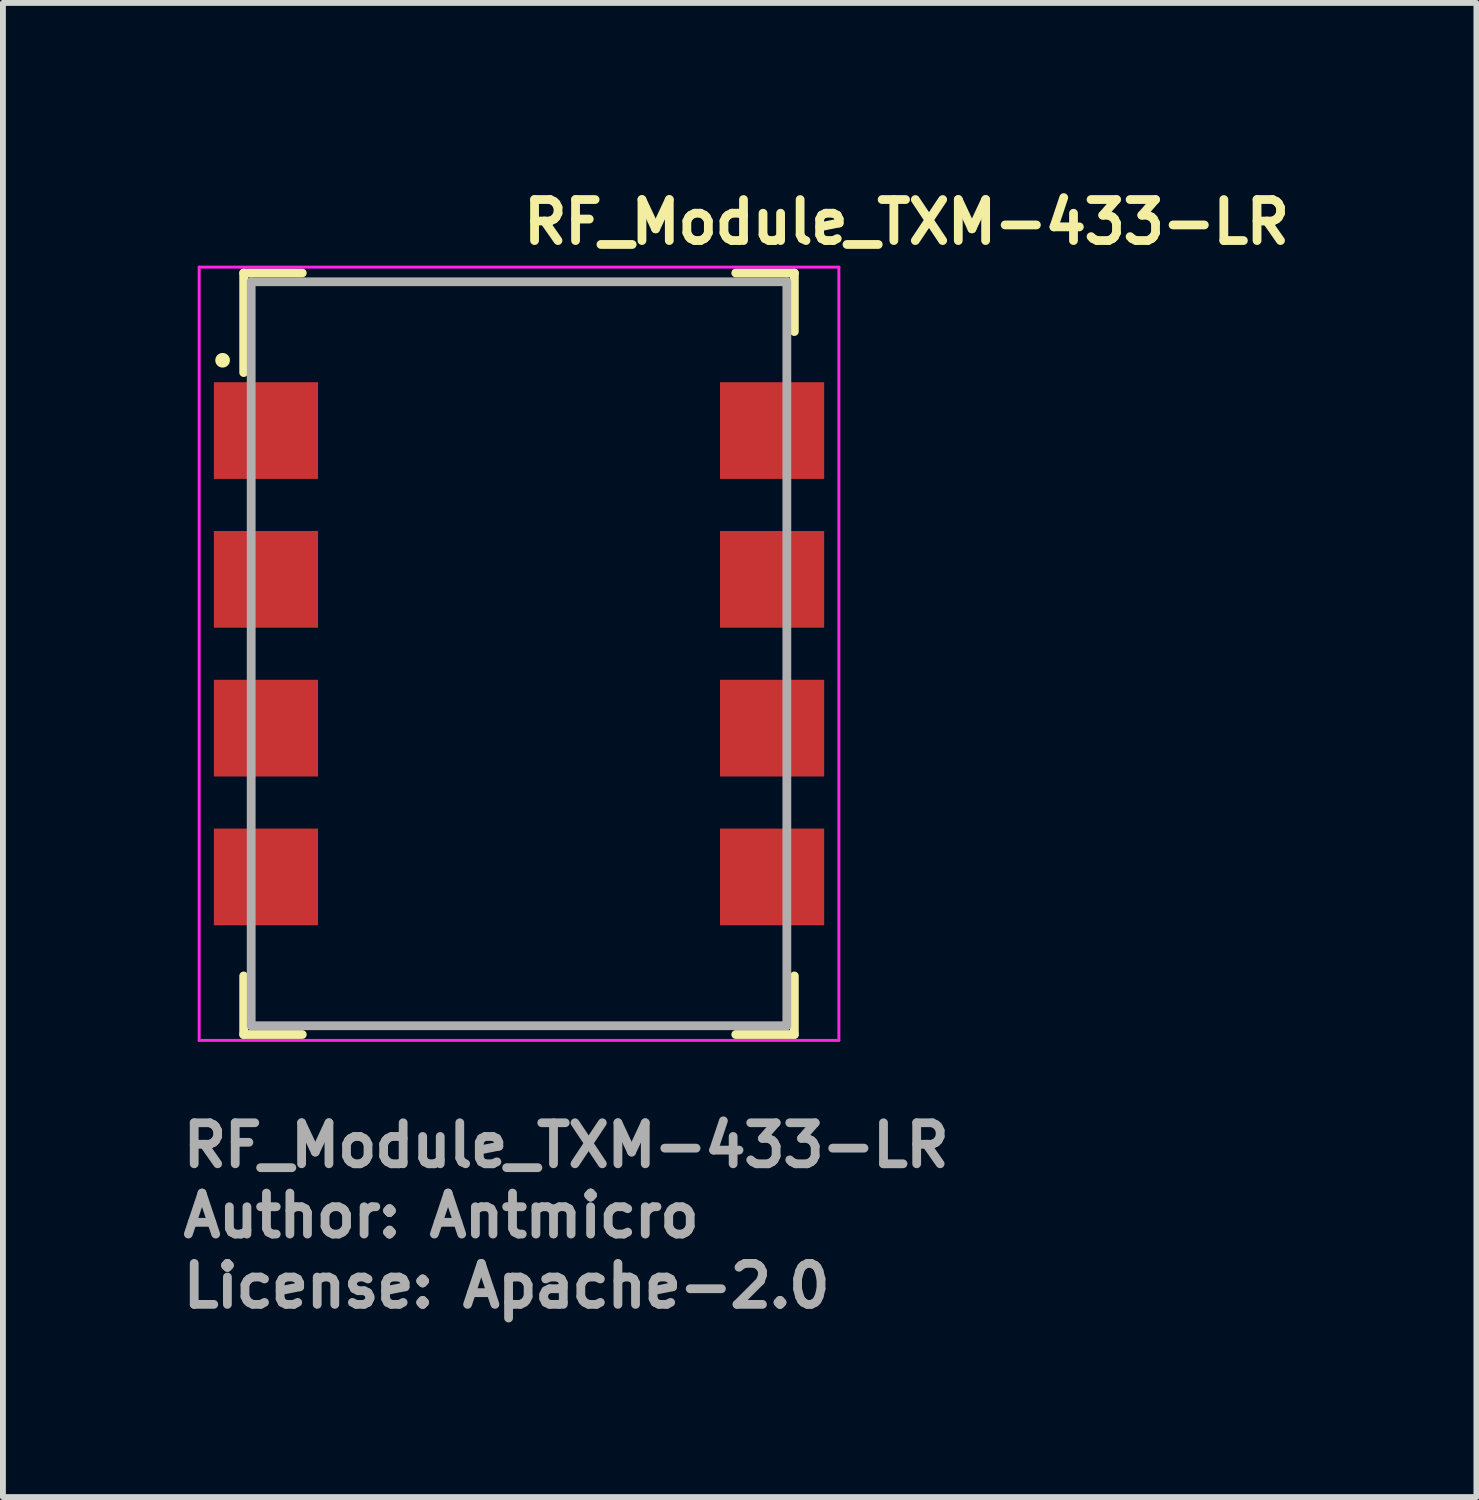
<source format=kicad_pcb>
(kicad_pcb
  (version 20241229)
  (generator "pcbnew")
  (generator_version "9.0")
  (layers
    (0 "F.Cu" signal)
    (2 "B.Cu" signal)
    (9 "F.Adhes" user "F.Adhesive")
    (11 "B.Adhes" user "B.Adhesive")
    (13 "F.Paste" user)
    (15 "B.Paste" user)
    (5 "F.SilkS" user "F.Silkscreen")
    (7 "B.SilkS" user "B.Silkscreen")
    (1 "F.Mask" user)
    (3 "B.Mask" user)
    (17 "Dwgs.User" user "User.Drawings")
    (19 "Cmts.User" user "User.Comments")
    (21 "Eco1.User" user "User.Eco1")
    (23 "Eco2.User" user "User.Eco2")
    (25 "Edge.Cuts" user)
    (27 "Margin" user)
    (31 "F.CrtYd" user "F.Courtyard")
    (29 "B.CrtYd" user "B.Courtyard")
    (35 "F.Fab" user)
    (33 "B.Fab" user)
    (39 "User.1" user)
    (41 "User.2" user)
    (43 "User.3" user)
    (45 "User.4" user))
  (footprint "RF_Module_TXM-433-LR"
    (layer "F.Cu")
    (at 5.81 8.11)
    (property "Reference" "RF_Module_TXM-433-LR" (at 0 -6.96 0) (layer "F.SilkS") (effects (font (size 0.7 0.7) (thickness 0.15)) (justify left bottom)))
    (attr smd)
    (fp_line (start -4.7 -6.5) (end -4.7 -4.8) (stroke (width 0.15) (type solid)) (layer "F.SilkS"))
    (fp_line (start -4.7 -6.5) (end -3.7 -6.5) (stroke (width 0.15) (type solid)) (layer "F.SilkS"))
    (fp_line (start -4.7 6.5) (end -4.7 5.5) (stroke (width 0.15) (type solid)) (layer "F.SilkS"))
    (fp_line (start -4.7 6.5) (end -3.7 6.5) (stroke (width 0.15) (type solid)) (layer "F.SilkS"))
    (fp_line (start 4.7 -6.5) (end 3.7 -6.5) (stroke (width 0.15) (type solid)) (layer "F.SilkS"))
    (fp_line (start 4.7 -6.5) (end 4.7 -5.5) (stroke (width 0.15) (type solid)) (layer "F.SilkS"))
    (fp_line (start 4.7 6.5) (end 3.7 6.5) (stroke (width 0.15) (type solid)) (layer "F.SilkS"))
    (fp_line (start 4.7 6.5) (end 4.7 5.5) (stroke (width 0.15) (type solid)) (layer "F.SilkS"))
    (fp_circle (center -5.06 -5.01) (end -5.01 -5.01) (stroke (width 0.15) (type solid)) (fill yes) (layer "F.SilkS"))
    (fp_line (start -5.46 -6.6) (end 5.46 -6.6) (stroke (width 0.05) (type solid)) (layer "F.CrtYd"))
    (fp_line (start -5.46 6.6) (end -5.46 -6.6) (stroke (width 0.05) (type solid)) (layer "F.CrtYd"))
    (fp_line (start -5.46 6.6) (end 5.46 6.6) (stroke (width 0.05) (type solid)) (layer "F.CrtYd"))
    (fp_line (start 5.46 6.6) (end 5.46 -6.6) (stroke (width 0.05) (type solid)) (layer "F.CrtYd"))
    (fp_line (start -4.572 -6.35) (end -4.572 6.35) (stroke (width 0.15) (type solid)) (layer "F.Fab"))
    (fp_line (start -4.57 6.35) (end 4.57 6.35) (stroke (width 0.15) (type solid)) (layer "F.Fab"))
    (fp_line (start 4.57 -6.35) (end -4.57 -6.35) (stroke (width 0.15) (type solid)) (layer "F.Fab"))
    (fp_line (start 4.572 -6.35) (end 4.572 6.35) (stroke (width 0.15) (type solid)) (layer "F.Fab"))
    (fp_line (start -4.58 -4.41) (end -4.58 -4.214) (stroke (width 0.1) (type solid)) (layer "User.9"))
    (fp_line (start -4.58 -3.406) (end -4.58 -3.21) (stroke (width 0.1) (type solid)) (layer "User.9"))
    (fp_line (start -4.58 -3.406) (end -4.525 -3.41) (stroke (width 0.1) (type solid)) (layer "User.9"))
    (fp_line (start -4.58 -3.21) (end -4 -3.21) (stroke (width 0.1) (type solid)) (layer "User.9"))
    (fp_line (start -4.58 -1.87) (end -4.58 -1.674) (stroke (width 0.1) (type solid)) (layer "User.9"))
    (fp_line (start -4.58 -0.866) (end -4.58 -0.67) (stroke (width 0.1) (type solid)) (layer "User.9"))
    (fp_line (start -4.58 -0.866) (end -4.525 -0.87) (stroke (width 0.1) (type solid)) (layer "User.9"))
    (fp_line (start -4.58 -0.67) (end -4 -0.67) (stroke (width 0.1) (type solid)) (layer "User.9"))
    (fp_line (start -4.58 0.67) (end -4.58 0.866) (stroke (width 0.1) (type solid)) (layer "User.9"))
    (fp_line (start -4.58 1.674) (end -4.58 1.87) (stroke (width 0.1) (type solid)) (layer "User.9"))
    (fp_line (start -4.58 1.674) (end -4.525 1.67) (stroke (width 0.1) (type solid)) (layer "User.9"))
    (fp_line (start -4.58 1.87) (end -4 1.87) (stroke (width 0.1) (type solid)) (layer "User.9"))
    (fp_line (start -4.58 3.21) (end -4.58 3.406) (stroke (width 0.1) (type solid)) (layer "User.9"))
    (fp_line (start -4.58 4.214) (end -4.58 4.41) (stroke (width 0.1) (type solid)) (layer "User.9"))
    (fp_line (start -4.58 4.214) (end -4.525 4.21) (stroke (width 0.1) (type solid)) (layer "User.9"))
    (fp_line (start -4.58 4.41) (end -4 4.41) (stroke (width 0.1) (type solid)) (layer "User.9"))
    (fp_line (start -4.57 -6.35) (end -4.57 -4.41) (stroke (width 0.1) (type solid)) (layer "User.9"))
    (fp_line (start -4.57 -3.21) (end -4.57 -1.87) (stroke (width 0.1) (type solid)) (layer "User.9"))
    (fp_line (start -4.57 -0.67) (end -4.57 0.67) (stroke (width 0.1) (type solid)) (layer "User.9"))
    (fp_line (start -4.57 1.87) (end -4.57 3.21) (stroke (width 0.1) (type solid)) (layer "User.9"))
    (fp_line (start -4.57 4.41) (end -4.57 6.35) (stroke (width 0.1) (type solid)) (layer "User.9"))
    (fp_line (start -4.57 6.35) (end 4.57 6.35) (stroke (width 0.1) (type solid)) (layer "User.9"))
    (fp_line (start -4.525 -4.21) (end -4.58 -4.214) (stroke (width 0.1) (type solid)) (layer "User.9"))
    (fp_line (start -4.525 -3.41) (end -4.471 -3.421) (stroke (width 0.1) (type solid)) (layer "User.9"))
    (fp_line (start -4.525 -1.67) (end -4.58 -1.674) (stroke (width 0.1) (type solid)) (layer "User.9"))
    (fp_line (start -4.525 -0.87) (end -4.471 -0.881) (stroke (width 0.1) (type solid)) (layer "User.9"))
    (fp_line (start -4.525 0.87) (end -4.58 0.866) (stroke (width 0.1) (type solid)) (layer "User.9"))
    (fp_line (start -4.525 1.67) (end -4.471 1.659) (stroke (width 0.1) (type solid)) (layer "User.9"))
    (fp_line (start -4.525 3.41) (end -4.58 3.406) (stroke (width 0.1) (type solid)) (layer "User.9"))
    (fp_line (start -4.525 4.21) (end -4.471 4.199) (stroke (width 0.1) (type solid)) (layer "User.9"))
    (fp_line (start -4.471 -4.199) (end -4.525 -4.21) (stroke (width 0.1) (type solid)) (layer "User.9"))
    (fp_line (start -4.471 -3.421) (end -4.419 -3.439) (stroke (width 0.1) (type solid)) (layer "User.9"))
    (fp_line (start -4.471 -1.659) (end -4.525 -1.67) (stroke (width 0.1) (type solid)) (layer "User.9"))
    (fp_line (start -4.471 -0.881) (end -4.419 -0.899) (stroke (width 0.1) (type solid)) (layer "User.9"))
    (fp_line (start -4.471 0.881) (end -4.525 0.87) (stroke (width 0.1) (type solid)) (layer "User.9"))
    (fp_line (start -4.471 1.659) (end -4.419 1.641) (stroke (width 0.1) (type solid)) (layer "User.9"))
    (fp_line (start -4.471 3.421) (end -4.525 3.41) (stroke (width 0.1) (type solid)) (layer "User.9"))
    (fp_line (start -4.471 4.199) (end -4.419 4.181) (stroke (width 0.1) (type solid)) (layer "User.9"))
    (fp_line (start -4.419 -4.181) (end -4.471 -4.199) (stroke (width 0.1) (type solid)) (layer "User.9"))
    (fp_line (start -4.419 -3.439) (end -4.37 -3.465) (stroke (width 0.1) (type solid)) (layer "User.9"))
    (fp_line (start -4.419 -1.641) (end -4.471 -1.659) (stroke (width 0.1) (type solid)) (layer "User.9"))
    (fp_line (start -4.419 -0.899) (end -4.37 -0.925) (stroke (width 0.1) (type solid)) (layer "User.9"))
    (fp_line (start -4.419 0.899) (end -4.471 0.881) (stroke (width 0.1) (type solid)) (layer "User.9"))
    (fp_line (start -4.419 1.641) (end -4.37 1.615) (stroke (width 0.1) (type solid)) (layer "User.9"))
    (fp_line (start -4.419 3.439) (end -4.471 3.421) (stroke (width 0.1) (type solid)) (layer "User.9"))
    (fp_line (start -4.419 4.181) (end -4.37 4.155) (stroke (width 0.1) (type solid)) (layer "User.9"))
    (fp_line (start -4.37 -4.155) (end -4.419 -4.181) (stroke (width 0.1) (type solid)) (layer "User.9"))
    (fp_line (start -4.37 -3.465) (end -4.325 -3.497) (stroke (width 0.1) (type solid)) (layer "User.9"))
    (fp_line (start -4.37 -1.615) (end -4.419 -1.641) (stroke (width 0.1) (type solid)) (layer "User.9"))
    (fp_line (start -4.37 -0.925) (end -4.325 -0.957) (stroke (width 0.1) (type solid)) (layer "User.9"))
    (fp_line (start -4.37 0.925) (end -4.419 0.899) (stroke (width 0.1) (type solid)) (layer "User.9"))
    (fp_line (start -4.37 1.615) (end -4.325 1.583) (stroke (width 0.1) (type solid)) (layer "User.9"))
    (fp_line (start -4.37 3.465) (end -4.419 3.439) (stroke (width 0.1) (type solid)) (layer "User.9"))
    (fp_line (start -4.37 4.155) (end -4.325 4.123) (stroke (width 0.1) (type solid)) (layer "User.9"))
    (fp_line (start -4.325 -4.123) (end -4.37 -4.155) (stroke (width 0.1) (type solid)) (layer "User.9"))
    (fp_line (start -4.325 -3.497) (end -4.285 -3.534) (stroke (width 0.1) (type solid)) (layer "User.9"))
    (fp_line (start -4.325 -1.583) (end -4.37 -1.615) (stroke (width 0.1) (type solid)) (layer "User.9"))
    (fp_line (start -4.325 -0.957) (end -4.285 -0.994) (stroke (width 0.1) (type solid)) (layer "User.9"))
    (fp_line (start -4.325 0.957) (end -4.37 0.925) (stroke (width 0.1) (type solid)) (layer "User.9"))
    (fp_line (start -4.325 1.583) (end -4.285 1.546) (stroke (width 0.1) (type solid)) (layer "User.9"))
    (fp_line (start -4.325 3.497) (end -4.37 3.465) (stroke (width 0.1) (type solid)) (layer "User.9"))
    (fp_line (start -4.325 4.123) (end -4.285 4.086) (stroke (width 0.1) (type solid)) (layer "User.9"))
    (fp_line (start -4.285 -4.086) (end -4.325 -4.123) (stroke (width 0.1) (type solid)) (layer "User.9"))
    (fp_line (start -4.285 -3.534) (end -4.25 -3.577) (stroke (width 0.1) (type solid)) (layer "User.9"))
    (fp_line (start -4.285 -1.546) (end -4.325 -1.583) (stroke (width 0.1) (type solid)) (layer "User.9"))
    (fp_line (start -4.285 -0.994) (end -4.25 -1.037) (stroke (width 0.1) (type solid)) (layer "User.9"))
    (fp_line (start -4.285 0.994) (end -4.325 0.957) (stroke (width 0.1) (type solid)) (layer "User.9"))
    (fp_line (start -4.285 1.546) (end -4.25 1.503) (stroke (width 0.1) (type solid)) (layer "User.9"))
    (fp_line (start -4.285 3.534) (end -4.325 3.497) (stroke (width 0.1) (type solid)) (layer "User.9"))
    (fp_line (start -4.285 4.086) (end -4.25 4.043) (stroke (width 0.1) (type solid)) (layer "User.9"))
    (fp_line (start -4.25 -4.043) (end -4.285 -4.086) (stroke (width 0.1) (type solid)) (layer "User.9"))
    (fp_line (start -4.25 -3.577) (end -4.221 -3.624) (stroke (width 0.1) (type solid)) (layer "User.9"))
    (fp_line (start -4.25 -1.503) (end -4.285 -1.546) (stroke (width 0.1) (type solid)) (layer "User.9"))
    (fp_line (start -4.25 -1.037) (end -4.221 -1.084) (stroke (width 0.1) (type solid)) (layer "User.9"))
    (fp_line (start -4.25 1.037) (end -4.285 0.994) (stroke (width 0.1) (type solid)) (layer "User.9"))
    (fp_line (start -4.25 1.503) (end -4.221 1.456) (stroke (width 0.1) (type solid)) (layer "User.9"))
    (fp_line (start -4.25 3.577) (end -4.285 3.534) (stroke (width 0.1) (type solid)) (layer "User.9"))
    (fp_line (start -4.25 4.043) (end -4.221 3.996) (stroke (width 0.1) (type solid)) (layer "User.9"))
    (fp_line (start -4.221 -3.996) (end -4.25 -4.043) (stroke (width 0.1) (type solid)) (layer "User.9"))
    (fp_line (start -4.221 -3.624) (end -4.199 -3.675) (stroke (width 0.1) (type solid)) (layer "User.9"))
    (fp_line (start -4.221 -1.456) (end -4.25 -1.503) (stroke (width 0.1) (type solid)) (layer "User.9"))
    (fp_line (start -4.221 -1.084) (end -4.199 -1.135) (stroke (width 0.1) (type solid)) (layer "User.9"))
    (fp_line (start -4.221 1.084) (end -4.25 1.037) (stroke (width 0.1) (type solid)) (layer "User.9"))
    (fp_line (start -4.221 1.456) (end -4.199 1.405) (stroke (width 0.1) (type solid)) (layer "User.9"))
    (fp_line (start -4.221 3.624) (end -4.25 3.577) (stroke (width 0.1) (type solid)) (layer "User.9"))
    (fp_line (start -4.221 3.996) (end -4.199 3.945) (stroke (width 0.1) (type solid)) (layer "User.9"))
    (fp_line (start -4.199 -3.945) (end -4.221 -3.996) (stroke (width 0.1) (type solid)) (layer "User.9"))
    (fp_line (start -4.199 -3.675) (end -4.184 -3.728) (stroke (width 0.1) (type solid)) (layer "User.9"))
    (fp_line (start -4.199 -1.405) (end -4.221 -1.456) (stroke (width 0.1) (type solid)) (layer "User.9"))
    (fp_line (start -4.199 -1.135) (end -4.184 -1.188) (stroke (width 0.1) (type solid)) (layer "User.9"))
    (fp_line (start -4.199 1.135) (end -4.221 1.084) (stroke (width 0.1) (type solid)) (layer "User.9"))
    (fp_line (start -4.199 1.405) (end -4.184 1.352) (stroke (width 0.1) (type solid)) (layer "User.9"))
    (fp_line (start -4.199 3.675) (end -4.221 3.624) (stroke (width 0.1) (type solid)) (layer "User.9"))
    (fp_line (start -4.199 3.945) (end -4.184 3.892) (stroke (width 0.1) (type solid)) (layer "User.9"))
    (fp_line (start -4.184 -3.892) (end -4.199 -3.945) (stroke (width 0.1) (type solid)) (layer "User.9"))
    (fp_line (start -4.184 -3.728) (end -4.177 -3.782) (stroke (width 0.1) (type solid)) (layer "User.9"))
    (fp_line (start -4.184 -1.352) (end -4.199 -1.405) (stroke (width 0.1) (type solid)) (layer "User.9"))
    (fp_line (start -4.184 -1.188) (end -4.177 -1.242) (stroke (width 0.1) (type solid)) (layer "User.9"))
    (fp_line (start -4.184 1.188) (end -4.199 1.135) (stroke (width 0.1) (type solid)) (layer "User.9"))
    (fp_line (start -4.184 1.352) (end -4.177 1.298) (stroke (width 0.1) (type solid)) (layer "User.9"))
    (fp_line (start -4.184 3.728) (end -4.199 3.675) (stroke (width 0.1) (type solid)) (layer "User.9"))
    (fp_line (start -4.184 3.892) (end -4.177 3.838) (stroke (width 0.1) (type solid)) (layer "User.9"))
    (fp_line (start -4.177 -3.838) (end -4.184 -3.892) (stroke (width 0.1) (type solid)) (layer "User.9"))
    (fp_line (start -4.177 -3.782) (end -4.177 -3.838) (stroke (width 0.1) (type solid)) (layer "User.9"))
    (fp_line (start -4.177 -1.298) (end -4.184 -1.352) (stroke (width 0.1) (type solid)) (layer "User.9"))
    (fp_line (start -4.177 -1.242) (end -4.177 -1.298) (stroke (width 0.1) (type solid)) (layer "User.9"))
    (fp_line (start -4.177 1.242) (end -4.184 1.188) (stroke (width 0.1) (type solid)) (layer "User.9"))
    (fp_line (start -4.177 1.298) (end -4.177 1.242) (stroke (width 0.1) (type solid)) (layer "User.9"))
    (fp_line (start -4.177 3.782) (end -4.184 3.728) (stroke (width 0.1) (type solid)) (layer "User.9"))
    (fp_line (start -4.177 3.838) (end -4.177 3.782) (stroke (width 0.1) (type solid)) (layer "User.9"))
    (fp_line (start -4 -6.15) (end 4 -6.15) (stroke (width 0.1) (type solid)) (layer "User.9"))
    (fp_line (start -4 -4.41) (end -4.58 -4.41) (stroke (width 0.1) (type solid)) (layer "User.9"))
    (fp_line (start -4 -1.87) (end -4.58 -1.87) (stroke (width 0.1) (type solid)) (layer "User.9"))
    (fp_line (start -4 0.67) (end -4.58 0.67) (stroke (width 0.1) (type solid)) (layer "User.9"))
    (fp_line (start -4 3.21) (end -4.58 3.21) (stroke (width 0.1) (type solid)) (layer "User.9"))
    (fp_line (start -4 6.15) (end -4 -6.15) (stroke (width 0.1) (type solid)) (layer "User.9"))
    (fp_line (start -4 6.15) (end 4 6.15) (stroke (width 0.1) (type solid)) (layer "User.9"))
    (fp_line (start 4 -6.15) (end 4 6.15) (stroke (width 0.1) (type solid)) (layer "User.9"))
    (fp_line (start 4 -4.41) (end 4.58 -4.41) (stroke (width 0.1) (type solid)) (layer "User.9"))
    (fp_line (start 4 -1.87) (end 4.58 -1.87) (stroke (width 0.1) (type solid)) (layer "User.9"))
    (fp_line (start 4 0.67) (end 4.58 0.67) (stroke (width 0.1) (type solid)) (layer "User.9"))
    (fp_line (start 4 3.21) (end 4.58 3.21) (stroke (width 0.1) (type solid)) (layer "User.9"))
    (fp_line (start 4 6.15) (end -4 6.15) (stroke (width 0.1) (type solid)) (layer "User.9"))
    (fp_line (start 4.176 -3.81) (end 4.179 -3.863) (stroke (width 0.1) (type solid)) (layer "User.9"))
    (fp_line (start 4.176 -1.27) (end 4.179 -1.323) (stroke (width 0.1) (type solid)) (layer "User.9"))
    (fp_line (start 4.176 1.27) (end 4.179 1.217) (stroke (width 0.1) (type solid)) (layer "User.9"))
    (fp_line (start 4.176 3.81) (end 4.179 3.757) (stroke (width 0.1) (type solid)) (layer "User.9"))
    (fp_line (start 4.179 -3.863) (end 4.19 -3.915) (stroke (width 0.1) (type solid)) (layer "User.9"))
    (fp_line (start 4.179 -3.757) (end 4.176 -3.81) (stroke (width 0.1) (type solid)) (layer "User.9"))
    (fp_line (start 4.179 -1.323) (end 4.19 -1.375) (stroke (width 0.1) (type solid)) (layer "User.9"))
    (fp_line (start 4.179 -1.217) (end 4.176 -1.27) (stroke (width 0.1) (type solid)) (layer "User.9"))
    (fp_line (start 4.179 1.217) (end 4.19 1.165) (stroke (width 0.1) (type solid)) (layer "User.9"))
    (fp_line (start 4.179 1.323) (end 4.176 1.27) (stroke (width 0.1) (type solid)) (layer "User.9"))
    (fp_line (start 4.179 3.757) (end 4.19 3.705) (stroke (width 0.1) (type solid)) (layer "User.9"))
    (fp_line (start 4.179 3.863) (end 4.176 3.81) (stroke (width 0.1) (type solid)) (layer "User.9"))
    (fp_line (start 4.19 -3.915) (end 4.207 -3.965) (stroke (width 0.1) (type solid)) (layer "User.9"))
    (fp_line (start 4.19 -3.705) (end 4.179 -3.757) (stroke (width 0.1) (type solid)) (layer "User.9"))
    (fp_line (start 4.19 -1.375) (end 4.207 -1.425) (stroke (width 0.1) (type solid)) (layer "User.9"))
    (fp_line (start 4.19 -1.165) (end 4.179 -1.217) (stroke (width 0.1) (type solid)) (layer "User.9"))
    (fp_line (start 4.19 1.165) (end 4.207 1.115) (stroke (width 0.1) (type solid)) (layer "User.9"))
    (fp_line (start 4.19 1.375) (end 4.179 1.323) (stroke (width 0.1) (type solid)) (layer "User.9"))
    (fp_line (start 4.19 3.705) (end 4.207 3.655) (stroke (width 0.1) (type solid)) (layer "User.9"))
    (fp_line (start 4.19 3.915) (end 4.179 3.863) (stroke (width 0.1) (type solid)) (layer "User.9"))
    (fp_line (start 4.207 -3.965) (end 4.23 -4.012) (stroke (width 0.1) (type solid)) (layer "User.9"))
    (fp_line (start 4.207 -3.655) (end 4.19 -3.705) (stroke (width 0.1) (type solid)) (layer "User.9"))
    (fp_line (start 4.207 -1.425) (end 4.23 -1.472) (stroke (width 0.1) (type solid)) (layer "User.9"))
    (fp_line (start 4.207 -1.115) (end 4.19 -1.165) (stroke (width 0.1) (type solid)) (layer "User.9"))
    (fp_line (start 4.207 1.115) (end 4.23 1.068) (stroke (width 0.1) (type solid)) (layer "User.9"))
    (fp_line (start 4.207 1.425) (end 4.19 1.375) (stroke (width 0.1) (type solid)) (layer "User.9"))
    (fp_line (start 4.207 3.655) (end 4.23 3.608) (stroke (width 0.1) (type solid)) (layer "User.9"))
    (fp_line (start 4.207 3.965) (end 4.19 3.915) (stroke (width 0.1) (type solid)) (layer "User.9"))
    (fp_line (start 4.23 -4.012) (end 4.259 -4.056) (stroke (width 0.1) (type solid)) (layer "User.9"))
    (fp_line (start 4.23 -3.608) (end 4.207 -3.655) (stroke (width 0.1) (type solid)) (layer "User.9"))
    (fp_line (start 4.23 -1.472) (end 4.259 -1.516) (stroke (width 0.1) (type solid)) (layer "User.9"))
    (fp_line (start 4.23 -1.068) (end 4.207 -1.115) (stroke (width 0.1) (type solid)) (layer "User.9"))
    (fp_line (start 4.23 1.068) (end 4.259 1.024) (stroke (width 0.1) (type solid)) (layer "User.9"))
    (fp_line (start 4.23 1.472) (end 4.207 1.425) (stroke (width 0.1) (type solid)) (layer "User.9"))
    (fp_line (start 4.23 3.608) (end 4.259 3.564) (stroke (width 0.1) (type solid)) (layer "User.9"))
    (fp_line (start 4.23 4.012) (end 4.207 3.965) (stroke (width 0.1) (type solid)) (layer "User.9"))
    (fp_line (start 4.259 -4.056) (end 4.294 -4.096) (stroke (width 0.1) (type solid)) (layer "User.9"))
    (fp_line (start 4.259 -3.564) (end 4.23 -3.608) (stroke (width 0.1) (type solid)) (layer "User.9"))
    (fp_line (start 4.259 -1.516) (end 4.294 -1.556) (stroke (width 0.1) (type solid)) (layer "User.9"))
    (fp_line (start 4.259 -1.024) (end 4.23 -1.068) (stroke (width 0.1) (type solid)) (layer "User.9"))
    (fp_line (start 4.259 1.024) (end 4.294 0.984) (stroke (width 0.1) (type solid)) (layer "User.9"))
    (fp_line (start 4.259 1.516) (end 4.23 1.472) (stroke (width 0.1) (type solid)) (layer "User.9"))
    (fp_line (start 4.259 3.564) (end 4.294 3.524) (stroke (width 0.1) (type solid)) (layer "User.9"))
    (fp_line (start 4.259 4.056) (end 4.23 4.012) (stroke (width 0.1) (type solid)) (layer "User.9"))
    (fp_line (start 4.294 -4.096) (end 4.334 -4.131) (stroke (width 0.1) (type solid)) (layer "User.9"))
    (fp_line (start 4.294 -3.524) (end 4.259 -3.564) (stroke (width 0.1) (type solid)) (layer "User.9"))
    (fp_line (start 4.294 -1.556) (end 4.334 -1.591) (stroke (width 0.1) (type solid)) (layer "User.9"))
    (fp_line (start 4.294 -0.984) (end 4.259 -1.024) (stroke (width 0.1) (type solid)) (layer "User.9"))
    (fp_line (start 4.294 0.984) (end 4.334 0.949) (stroke (width 0.1) (type solid)) (layer "User.9"))
    (fp_line (start 4.294 1.556) (end 4.259 1.516) (stroke (width 0.1) (type solid)) (layer "User.9"))
    (fp_line (start 4.294 3.524) (end 4.334 3.489) (stroke (width 0.1) (type solid)) (layer "User.9"))
    (fp_line (start 4.294 4.096) (end 4.259 4.056) (stroke (width 0.1) (type solid)) (layer "User.9"))
    (fp_line (start 4.334 -4.131) (end 4.378 -4.16) (stroke (width 0.1) (type solid)) (layer "User.9"))
    (fp_line (start 4.334 -3.489) (end 4.294 -3.524) (stroke (width 0.1) (type solid)) (layer "User.9"))
    (fp_line (start 4.334 -1.591) (end 4.378 -1.62) (stroke (width 0.1) (type solid)) (layer "User.9"))
    (fp_line (start 4.334 -0.949) (end 4.294 -0.984) (stroke (width 0.1) (type solid)) (layer "User.9"))
    (fp_line (start 4.334 0.949) (end 4.378 0.92) (stroke (width 0.1) (type solid)) (layer "User.9"))
    (fp_line (start 4.334 1.591) (end 4.294 1.556) (stroke (width 0.1) (type solid)) (layer "User.9"))
    (fp_line (start 4.334 3.489) (end 4.378 3.46) (stroke (width 0.1) (type solid)) (layer "User.9"))
    (fp_line (start 4.334 4.131) (end 4.294 4.096) (stroke (width 0.1) (type solid)) (layer "User.9"))
    (fp_line (start 4.378 -4.16) (end 4.425 -4.183) (stroke (width 0.1) (type solid)) (layer "User.9"))
    (fp_line (start 4.378 -3.46) (end 4.334 -3.489) (stroke (width 0.1) (type solid)) (layer "User.9"))
    (fp_line (start 4.378 -1.62) (end 4.425 -1.643) (stroke (width 0.1) (type solid)) (layer "User.9"))
    (fp_line (start 4.378 -0.92) (end 4.334 -0.949) (stroke (width 0.1) (type solid)) (layer "User.9"))
    (fp_line (start 4.378 0.92) (end 4.425 0.897) (stroke (width 0.1) (type solid)) (layer "User.9"))
    (fp_line (start 4.378 1.62) (end 4.334 1.591) (stroke (width 0.1) (type solid)) (layer "User.9"))
    (fp_line (start 4.378 3.46) (end 4.425 3.437) (stroke (width 0.1) (type solid)) (layer "User.9"))
    (fp_line (start 4.378 4.16) (end 4.334 4.131) (stroke (width 0.1) (type solid)) (layer "User.9"))
    (fp_line (start 4.425 -4.183) (end 4.475 -4.2) (stroke (width 0.1) (type solid)) (layer "User.9"))
    (fp_line (start 4.425 -3.437) (end 4.378 -3.46) (stroke (width 0.1) (type solid)) (layer "User.9"))
    (fp_line (start 4.425 -1.643) (end 4.475 -1.66) (stroke (width 0.1) (type solid)) (layer "User.9"))
    (fp_line (start 4.425 -0.897) (end 4.378 -0.92) (stroke (width 0.1) (type solid)) (layer "User.9"))
    (fp_line (start 4.425 0.897) (end 4.475 0.88) (stroke (width 0.1) (type solid)) (layer "User.9"))
    (fp_line (start 4.425 1.643) (end 4.378 1.62) (stroke (width 0.1) (type solid)) (layer "User.9"))
    (fp_line (start 4.425 3.437) (end 4.475 3.42) (stroke (width 0.1) (type solid)) (layer "User.9"))
    (fp_line (start 4.425 4.183) (end 4.378 4.16) (stroke (width 0.1) (type solid)) (layer "User.9"))
    (fp_line (start 4.475 -4.2) (end 4.527 -4.211) (stroke (width 0.1) (type solid)) (layer "User.9"))
    (fp_line (start 4.475 -3.42) (end 4.425 -3.437) (stroke (width 0.1) (type solid)) (layer "User.9"))
    (fp_line (start 4.475 -1.66) (end 4.527 -1.671) (stroke (width 0.1) (type solid)) (layer "User.9"))
    (fp_line (start 4.475 -0.88) (end 4.425 -0.897) (stroke (width 0.1) (type solid)) (layer "User.9"))
    (fp_line (start 4.475 0.88) (end 4.527 0.869) (stroke (width 0.1) (type solid)) (layer "User.9"))
    (fp_line (start 4.475 1.66) (end 4.425 1.643) (stroke (width 0.1) (type solid)) (layer "User.9"))
    (fp_line (start 4.475 3.42) (end 4.527 3.409) (stroke (width 0.1) (type solid)) (layer "User.9"))
    (fp_line (start 4.475 4.2) (end 4.425 4.183) (stroke (width 0.1) (type solid)) (layer "User.9"))
    (fp_line (start 4.527 -4.211) (end 4.58 -4.214) (stroke (width 0.1) (type solid)) (layer "User.9"))
    (fp_line (start 4.527 -3.409) (end 4.475 -3.42) (stroke (width 0.1) (type solid)) (layer "User.9"))
    (fp_line (start 4.527 -1.671) (end 4.58 -1.674) (stroke (width 0.1) (type solid)) (layer "User.9"))
    (fp_line (start 4.527 -0.869) (end 4.475 -0.88) (stroke (width 0.1) (type solid)) (layer "User.9"))
    (fp_line (start 4.527 0.869) (end 4.58 0.866) (stroke (width 0.1) (type solid)) (layer "User.9"))
    (fp_line (start 4.527 1.671) (end 4.475 1.66) (stroke (width 0.1) (type solid)) (layer "User.9"))
    (fp_line (start 4.527 3.409) (end 4.58 3.406) (stroke (width 0.1) (type solid)) (layer "User.9"))
    (fp_line (start 4.527 4.211) (end 4.475 4.2) (stroke (width 0.1) (type solid)) (layer "User.9"))
    (fp_line (start 4.57 -6.35) (end -4.57 -6.35) (stroke (width 0.1) (type solid)) (layer "User.9"))
    (fp_line (start 4.57 -4.41) (end 4.57 -6.35) (stroke (width 0.1) (type solid)) (layer "User.9"))
    (fp_line (start 4.57 -1.87) (end 4.57 -3.21) (stroke (width 0.1) (type solid)) (layer "User.9"))
    (fp_line (start 4.57 0.67) (end 4.57 -0.67) (stroke (width 0.1) (type solid)) (layer "User.9"))
    (fp_line (start 4.57 3.21) (end 4.57 1.87) (stroke (width 0.1) (type solid)) (layer "User.9"))
    (fp_line (start 4.57 6.35) (end 4.57 4.41) (stroke (width 0.1) (type solid)) (layer "User.9"))
    (fp_line (start 4.58 -4.41) (end 4.58 -4.214) (stroke (width 0.1) (type solid)) (layer "User.9"))
    (fp_line (start 4.58 -3.406) (end 4.527 -3.409) (stroke (width 0.1) (type solid)) (layer "User.9"))
    (fp_line (start 4.58 -3.406) (end 4.58 -3.21) (stroke (width 0.1) (type solid)) (layer "User.9"))
    (fp_line (start 4.58 -3.21) (end 4 -3.21) (stroke (width 0.1) (type solid)) (layer "User.9"))
    (fp_line (start 4.58 -1.87) (end 4.58 -1.674) (stroke (width 0.1) (type solid)) (layer "User.9"))
    (fp_line (start 4.58 -0.866) (end 4.527 -0.869) (stroke (width 0.1) (type solid)) (layer "User.9"))
    (fp_line (start 4.58 -0.866) (end 4.58 -0.67) (stroke (width 0.1) (type solid)) (layer "User.9"))
    (fp_line (start 4.58 -0.67) (end 4 -0.67) (stroke (width 0.1) (type solid)) (layer "User.9"))
    (fp_line (start 4.58 0.67) (end 4.58 0.866) (stroke (width 0.1) (type solid)) (layer "User.9"))
    (fp_line (start 4.58 1.674) (end 4.527 1.671) (stroke (width 0.1) (type solid)) (layer "User.9"))
    (fp_line (start 4.58 1.674) (end 4.58 1.87) (stroke (width 0.1) (type solid)) (layer "User.9"))
    (fp_line (start 4.58 1.87) (end 4 1.87) (stroke (width 0.1) (type solid)) (layer "User.9"))
    (fp_line (start 4.58 3.21) (end 4.58 3.406) (stroke (width 0.1) (type solid)) (layer "User.9"))
    (fp_line (start 4.58 4.214) (end 4.527 4.211) (stroke (width 0.1) (type solid)) (layer "User.9"))
    (fp_line (start 4.58 4.214) (end 4.58 4.41) (stroke (width 0.1) (type solid)) (layer "User.9"))
    (fp_line (start 4.58 4.41) (end 4 4.41) (stroke (width 0.1) (type solid)) (layer "User.9"))
    (fp_text user "License: Apache-2.0" (at -5.81 11.2 0) (layer "F.Fab") (effects (font (size 0.7 0.7) (thickness 0.15)) (justify left bottom)))
    (fp_text user "${REFERENCE}" (at -5.81 8.8 0) (layer "F.Fab") (effects (font (size 0.7 0.7) (thickness 0.15)) (justify left bottom)))
    (fp_text user "Author: Antmicro" (at -5.81 10 0) (layer "F.Fab") (effects (font (size 0.7 0.7) (thickness 0.15)) (justify left bottom)))
    (pad "1" smd rect (at -4.32 -3.81 270) (size 1.651 1.778) (layers "F.Cu" "F.Mask" "F.Paste"))
    (pad "2" smd rect (at -4.32 -1.27 270) (size 1.651 1.778) (layers "F.Cu" "F.Mask" "F.Paste"))
    (pad "3" smd rect (at -4.32 1.27 270) (size 1.651 1.778) (layers "F.Cu" "F.Mask" "F.Paste"))
    (pad "4" smd rect (at -4.32 3.81 270) (size 1.651 1.778) (layers "F.Cu" "F.Mask" "F.Paste"))
    (pad "5" smd rect (at 4.32 3.81 270) (size 1.651 1.778) (layers "F.Cu" "F.Mask" "F.Paste"))
    (pad "6" smd rect (at 4.32 1.27 270) (size 1.651 1.778) (layers "F.Cu" "F.Mask" "F.Paste"))
    (pad "7" smd rect (at 4.32 -1.27 270) (size 1.651 1.778) (layers "F.Cu" "F.Mask" "F.Paste"))
    (pad "8" smd rect (at 4.32 -3.81 270) (size 1.651 1.778) (layers "F.Cu" "F.Mask" "F.Paste")))
  (gr_rect
    (start -3 -3)
    (end 22.153 22.506)
    (stroke (width 0.1) (type default))
    (fill no)
    (layer "Edge.Cuts")))
</source>
